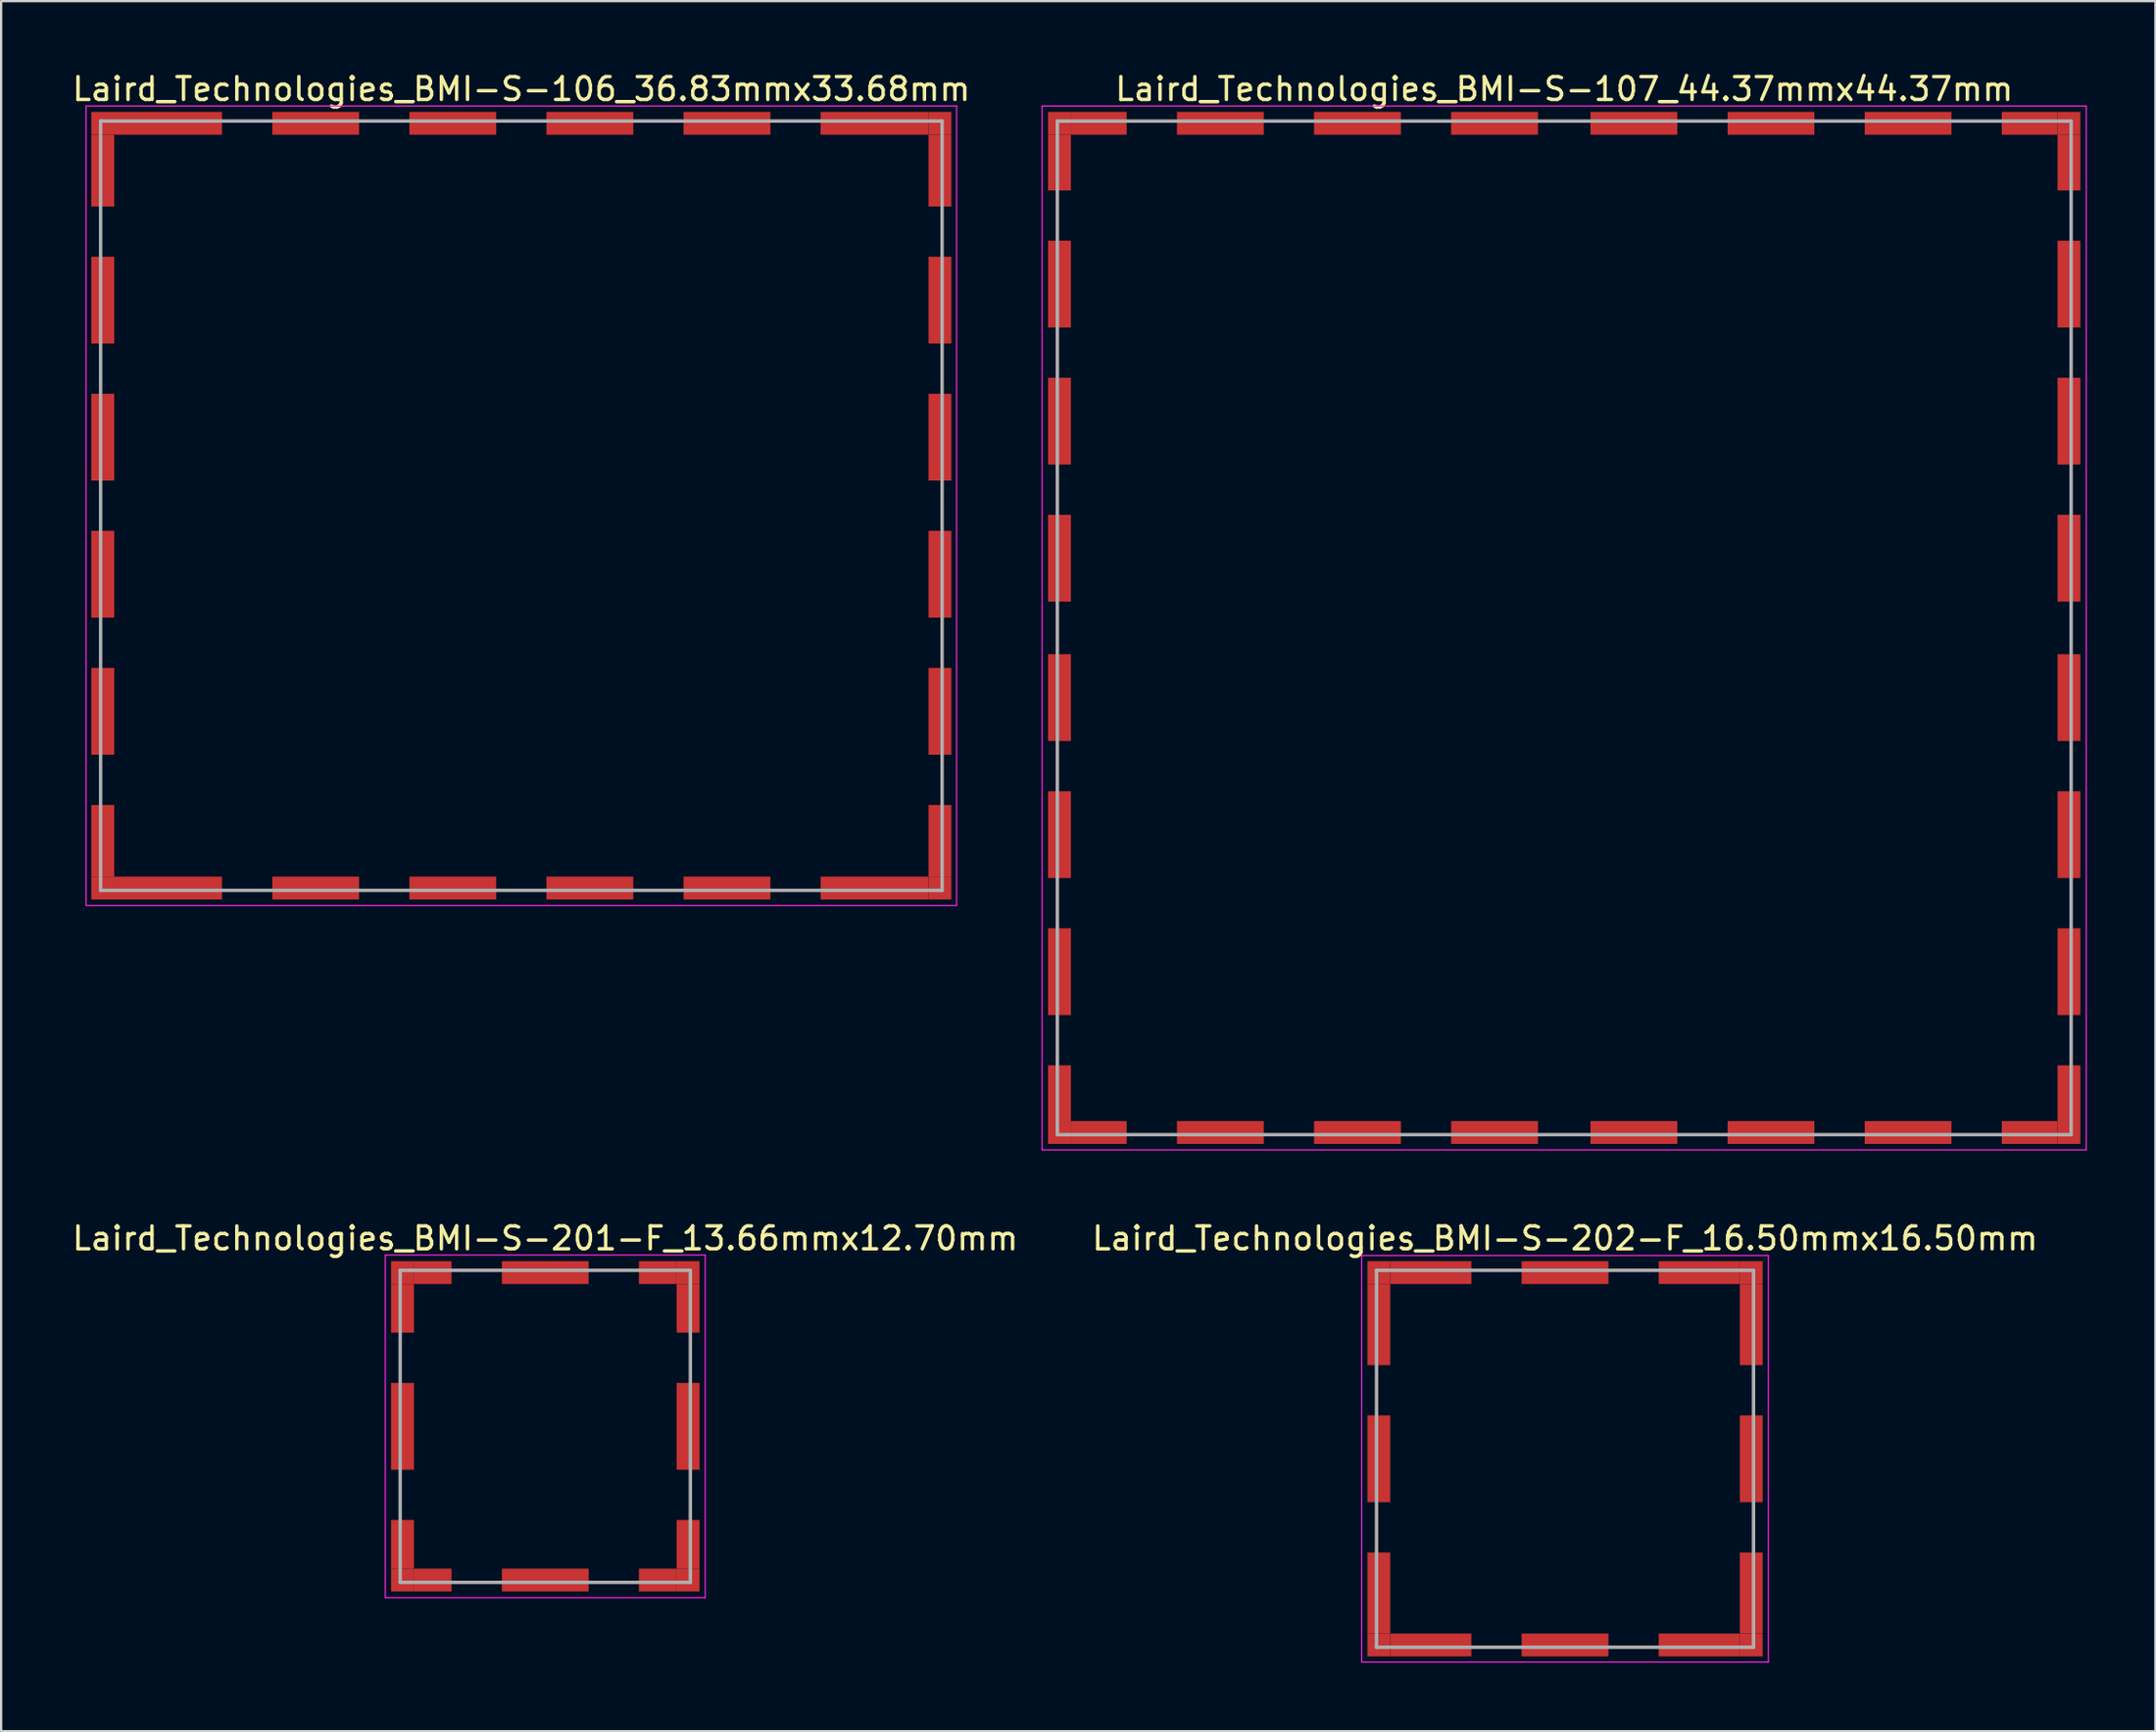
<source format=kicad_pcb>
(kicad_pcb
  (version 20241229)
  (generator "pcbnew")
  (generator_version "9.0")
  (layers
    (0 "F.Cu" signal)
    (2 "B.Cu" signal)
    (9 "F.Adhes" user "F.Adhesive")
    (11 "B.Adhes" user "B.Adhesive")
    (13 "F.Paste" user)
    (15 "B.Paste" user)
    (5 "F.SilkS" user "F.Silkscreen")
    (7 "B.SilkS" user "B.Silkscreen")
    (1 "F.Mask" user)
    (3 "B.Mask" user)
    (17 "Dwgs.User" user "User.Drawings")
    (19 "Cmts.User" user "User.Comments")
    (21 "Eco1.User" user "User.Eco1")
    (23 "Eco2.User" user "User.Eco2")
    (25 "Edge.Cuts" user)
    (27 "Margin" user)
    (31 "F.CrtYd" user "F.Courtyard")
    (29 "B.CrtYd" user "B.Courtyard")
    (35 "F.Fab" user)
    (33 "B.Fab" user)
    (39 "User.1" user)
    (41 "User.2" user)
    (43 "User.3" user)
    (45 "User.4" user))
  (footprint "Laird_Technologies_BMI-S-202-F_16.50mmx16.50mm"
    (layer "F.Cu")
    (at 65.446 60.812)
    (property "Reference" "Laird_Technologies_BMI-S-202-F_16.50mmx16.50mm" (at 0 -9.65 0) (layer "F.SilkS") (effects (font (size 1 1) (thickness 0.15))))
    (attr smd)
    (fp_line (start -8.9 -8.9) (end -8.9 8.9) (stroke (width 0.05) (type solid)) (layer "F.CrtYd"))
    (fp_line (start -8.9 8.9) (end 8.9 8.9) (stroke (width 0.05) (type solid)) (layer "F.CrtYd"))
    (fp_line (start 8.9 -8.9) (end -8.9 -8.9) (stroke (width 0.05) (type solid)) (layer "F.CrtYd"))
    (fp_line (start 8.9 8.9) (end 8.9 -8.9) (stroke (width 0.05) (type solid)) (layer "F.CrtYd"))
    (fp_line (start -8.25 -8.25) (end -8.25 8.25) (stroke (width 0.15) (type solid)) (layer "F.Fab"))
    (fp_line (start -8.25 8.25) (end 8.25 8.25) (stroke (width 0.15) (type solid)) (layer "F.Fab"))
    (fp_line (start 8.25 -8.25) (end -8.25 -8.25) (stroke (width 0.15) (type solid)) (layer "F.Fab"))
    (fp_line (start 8.25 8.25) (end 8.25 -8.25) (stroke (width 0.15) (type solid)) (layer "F.Fab"))
    (pad "1" smd rect (at -8.15 -8.15) (size 1 1) (layers "F.Cu" "F.Mask"))
    (pad "1" smd rect (at -8.15 -5.875) (size 1 3.55) (layers "F.Cu" "F.Mask"))
    (pad "1" smd rect (at -8.15 0) (size 1 3.8) (layers "F.Cu" "F.Mask"))
    (pad "1" smd rect (at -8.15 5.875) (size 1 3.55) (layers "F.Cu" "F.Mask"))
    (pad "1" smd rect (at -8.15 8.15) (size 1 1) (layers "F.Cu" "F.Mask"))
    (pad "1" smd rect (at -5.875 -8.15) (size 3.55 1) (layers "F.Cu" "F.Mask"))
    (pad "1" smd rect (at -5.875 8.15) (size 3.55 1) (layers "F.Cu" "F.Mask"))
    (pad "1" smd rect (at 0 -8.15) (size 3.8 1) (layers "F.Cu" "F.Mask"))
    (pad "1" smd rect (at 0 8.15) (size 3.8 1) (layers "F.Cu" "F.Mask"))
    (pad "1" smd rect (at 5.875 -8.15) (size 3.55 1) (layers "F.Cu" "F.Mask"))
    (pad "1" smd rect (at 5.875 8.15) (size 3.55 1) (layers "F.Cu" "F.Mask"))
    (pad "1" smd rect (at 8.15 -8.15) (size 1 1) (layers "F.Cu" "F.Mask"))
    (pad "1" smd rect (at 8.15 -5.875) (size 1 3.55) (layers "F.Cu" "F.Mask"))
    (pad "1" smd rect (at 8.15 0) (size 1 3.8) (layers "F.Cu" "F.Mask"))
    (pad "1" smd rect (at 8.15 5.875) (size 1 3.55) (layers "F.Cu" "F.Mask"))
    (pad "1" smd rect (at 8.15 8.15) (size 1 1) (layers "F.Cu" "F.Mask")))
  (footprint "Laird_Technologies_BMI-S-106_36.83mmx33.68mm"
    (layer "F.Cu")
    (at 19.768 19.088)
    (property "Reference" "Laird_Technologies_BMI-S-106_36.83mmx33.68mm" (at 0 -18.24 0) (layer "F.SilkS") (effects (font (size 1 1) (thickness 0.15))))
    (attr smd)
    (fp_line (start -19.05 -17.5) (end -19.05 17.5) (stroke (width 0.05) (type solid)) (layer "F.CrtYd"))
    (fp_line (start -19.05 17.5) (end 19.05 17.5) (stroke (width 0.05) (type solid)) (layer "F.CrtYd"))
    (fp_line (start 19.05 -17.5) (end -19.05 -17.5) (stroke (width 0.05) (type solid)) (layer "F.CrtYd"))
    (fp_line (start 19.05 17.5) (end 19.05 -17.5) (stroke (width 0.05) (type solid)) (layer "F.CrtYd"))
    (fp_line (start -18.415 -16.84) (end -18.415 16.84) (stroke (width 0.15) (type solid)) (layer "F.Fab"))
    (fp_line (start -18.415 16.84) (end 18.415 16.84) (stroke (width 0.15) (type solid)) (layer "F.Fab"))
    (fp_line (start 18.415 -16.84) (end -18.415 -16.84) (stroke (width 0.15) (type solid)) (layer "F.Fab"))
    (fp_line (start 18.415 16.84) (end 18.415 -16.84) (stroke (width 0.15) (type solid)) (layer "F.Fab"))
    (pad "1" smd rect (at -18.32 -16.74) (size 1 1) (layers "F.Cu" "F.Mask"))
    (pad "1" smd rect (at -18.32 -14.67) (size 1 3.14) (layers "F.Cu" "F.Mask"))
    (pad "1" smd rect (at -18.32 -9) (size 1 3.8) (layers "F.Cu" "F.Mask"))
    (pad "1" smd rect (at -18.32 -3) (size 1 3.8) (layers "F.Cu" "F.Mask"))
    (pad "1" smd rect (at -18.32 3) (size 1 3.8) (layers "F.Cu" "F.Mask"))
    (pad "1" smd rect (at -18.32 9) (size 1 3.8) (layers "F.Cu" "F.Mask"))
    (pad "1" smd rect (at -18.32 14.67) (size 1 3.14) (layers "F.Cu" "F.Mask"))
    (pad "1" smd rect (at -18.32 16.74) (size 1 1) (layers "F.Cu" "F.Mask"))
    (pad "1" smd rect (at -15.46 -16.74) (size 4.72 1) (layers "F.Cu" "F.Mask"))
    (pad "1" smd rect (at -15.46 16.74) (size 4.72 1) (layers "F.Cu" "F.Mask"))
    (pad "1" smd rect (at -9 -16.74) (size 3.8 1) (layers "F.Cu" "F.Mask"))
    (pad "1" smd rect (at -9 16.74) (size 3.8 1) (layers "F.Cu" "F.Mask"))
    (pad "1" smd rect (at -3 -16.74) (size 3.8 1) (layers "F.Cu" "F.Mask"))
    (pad "1" smd rect (at -3 16.74) (size 3.8 1) (layers "F.Cu" "F.Mask"))
    (pad "1" smd rect (at 3 -16.74) (size 3.8 1) (layers "F.Cu" "F.Mask"))
    (pad "1" smd rect (at 3 16.74) (size 3.8 1) (layers "F.Cu" "F.Mask"))
    (pad "1" smd rect (at 9 -16.74) (size 3.8 1) (layers "F.Cu" "F.Mask"))
    (pad "1" smd rect (at 9 16.74) (size 3.8 1) (layers "F.Cu" "F.Mask"))
    (pad "1" smd rect (at 15.46 -16.74) (size 4.72 1) (layers "F.Cu" "F.Mask"))
    (pad "1" smd rect (at 15.46 16.74) (size 4.72 1) (layers "F.Cu" "F.Mask"))
    (pad "1" smd rect (at 18.32 -16.74) (size 1 1) (layers "F.Cu" "F.Mask"))
    (pad "1" smd rect (at 18.32 -14.67) (size 1 3.14) (layers "F.Cu" "F.Mask"))
    (pad "1" smd rect (at 18.32 -9) (size 1 3.8) (layers "F.Cu" "F.Mask"))
    (pad "1" smd rect (at 18.32 -3) (size 1 3.8) (layers "F.Cu" "F.Mask"))
    (pad "1" smd rect (at 18.32 3) (size 1 3.8) (layers "F.Cu" "F.Mask"))
    (pad "1" smd rect (at 18.32 9) (size 1 3.8) (layers "F.Cu" "F.Mask"))
    (pad "1" smd rect (at 18.32 14.67) (size 1 3.14) (layers "F.Cu" "F.Mask"))
    (pad "1" smd rect (at 18.32 16.74) (size 1 1) (layers "F.Cu" "F.Mask")))
  (footprint "Laird_Technologies_BMI-S-107_44.37mmx44.37mm"
    (layer "F.Cu")
    (at 65.411 24.438)
    (property "Reference" "Laird_Technologies_BMI-S-107_44.37mmx44.37mm" (at 0 -23.59 0) (layer "F.SilkS") (effects (font (size 1 1) (thickness 0.15))))
    (attr smd)
    (fp_line (start -22.85 -22.85) (end -22.85 22.85) (stroke (width 0.05) (type solid)) (layer "F.CrtYd"))
    (fp_line (start -22.85 22.85) (end 22.85 22.85) (stroke (width 0.05) (type solid)) (layer "F.CrtYd"))
    (fp_line (start 22.85 -22.85) (end -22.85 -22.85) (stroke (width 0.05) (type solid)) (layer "F.CrtYd"))
    (fp_line (start 22.85 22.85) (end 22.85 -22.85) (stroke (width 0.05) (type solid)) (layer "F.CrtYd"))
    (fp_line (start -22.185 -22.185) (end -22.185 22.185) (stroke (width 0.15) (type solid)) (layer "F.Fab"))
    (fp_line (start -22.185 22.185) (end 22.185 22.185) (stroke (width 0.15) (type solid)) (layer "F.Fab"))
    (fp_line (start 22.185 -22.185) (end -22.185 -22.185) (stroke (width 0.15) (type solid)) (layer "F.Fab"))
    (fp_line (start 22.185 22.185) (end 22.185 -22.185) (stroke (width 0.15) (type solid)) (layer "F.Fab"))
    (pad "1" smd rect (at -22.09 -22.09) (size 1 1) (layers "F.Cu" "F.Mask"))
    (pad "1" smd rect (at -22.09 -20.37) (size 1 2.44) (layers "F.Cu" "F.Mask"))
    (pad "1" smd rect (at -22.09 -15.05) (size 1 3.8) (layers "F.Cu" "F.Mask"))
    (pad "1" smd rect (at -22.09 -9.05) (size 1 3.8) (layers "F.Cu" "F.Mask"))
    (pad "1" smd rect (at -22.09 -3.05) (size 1 3.8) (layers "F.Cu" "F.Mask"))
    (pad "1" smd rect (at -22.09 3.05) (size 1 3.8) (layers "F.Cu" "F.Mask"))
    (pad "1" smd rect (at -22.09 9.05) (size 1 3.8) (layers "F.Cu" "F.Mask"))
    (pad "1" smd rect (at -22.09 15.05) (size 1 3.8) (layers "F.Cu" "F.Mask"))
    (pad "1" smd rect (at -22.09 20.37) (size 1 2.44) (layers "F.Cu" "F.Mask"))
    (pad "1" smd rect (at -22.09 22.09) (size 1 1) (layers "F.Cu" "F.Mask"))
    (pad "1" smd rect (at -20.37 -22.09) (size 2.44 1) (layers "F.Cu" "F.Mask"))
    (pad "1" smd rect (at -20.37 22.09) (size 2.44 1) (layers "F.Cu" "F.Mask"))
    (pad "1" smd rect (at -15.05 -22.09) (size 3.8 1) (layers "F.Cu" "F.Mask"))
    (pad "1" smd rect (at -15.05 22.09) (size 3.8 1) (layers "F.Cu" "F.Mask"))
    (pad "1" smd rect (at -9.05 -22.09) (size 3.8 1) (layers "F.Cu" "F.Mask"))
    (pad "1" smd rect (at -9.05 22.09) (size 3.8 1) (layers "F.Cu" "F.Mask"))
    (pad "1" smd rect (at -3.05 -22.09) (size 3.8 1) (layers "F.Cu" "F.Mask"))
    (pad "1" smd rect (at -3.05 22.09) (size 3.8 1) (layers "F.Cu" "F.Mask"))
    (pad "1" smd rect (at 3.05 -22.09) (size 3.8 1) (layers "F.Cu" "F.Mask"))
    (pad "1" smd rect (at 3.05 22.09) (size 3.8 1) (layers "F.Cu" "F.Mask"))
    (pad "1" smd rect (at 9.05 -22.09) (size 3.8 1) (layers "F.Cu" "F.Mask"))
    (pad "1" smd rect (at 9.05 22.09) (size 3.8 1) (layers "F.Cu" "F.Mask"))
    (pad "1" smd rect (at 15.05 -22.09) (size 3.8 1) (layers "F.Cu" "F.Mask"))
    (pad "1" smd rect (at 15.05 22.09) (size 3.8 1) (layers "F.Cu" "F.Mask"))
    (pad "1" smd rect (at 20.37 -22.09) (size 2.44 1) (layers "F.Cu" "F.Mask"))
    (pad "1" smd rect (at 20.37 22.09) (size 2.44 1) (layers "F.Cu" "F.Mask"))
    (pad "1" smd rect (at 22.09 -22.09) (size 1 1) (layers "F.Cu" "F.Mask"))
    (pad "1" smd rect (at 22.09 -20.37) (size 1 2.44) (layers "F.Cu" "F.Mask"))
    (pad "1" smd rect (at 22.09 -15.05) (size 1 3.8) (layers "F.Cu" "F.Mask"))
    (pad "1" smd rect (at 22.09 -9.05) (size 1 3.8) (layers "F.Cu" "F.Mask"))
    (pad "1" smd rect (at 22.09 -3.05) (size 1 3.8) (layers "F.Cu" "F.Mask"))
    (pad "1" smd rect (at 22.09 3.05) (size 1 3.8) (layers "F.Cu" "F.Mask"))
    (pad "1" smd rect (at 22.09 9.05) (size 1 3.8) (layers "F.Cu" "F.Mask"))
    (pad "1" smd rect (at 22.09 15.05) (size 1 3.8) (layers "F.Cu" "F.Mask"))
    (pad "1" smd rect (at 22.09 20.37) (size 1 2.44) (layers "F.Cu" "F.Mask"))
    (pad "1" smd rect (at 22.09 22.09) (size 1 1) (layers "F.Cu" "F.Mask")))
  (footprint "Laird_Technologies_BMI-S-201-F_13.66mmx12.70mm"
    (layer "F.Cu")
    (at 20.815 59.392)
    (property "Reference" "Laird_Technologies_BMI-S-201-F_13.66mmx12.70mm" (at 0 -8.23 0) (layer "F.SilkS") (effects (font (size 1 1) (thickness 0.15))))
    (attr smd)
    (fp_line (start -7 -7.5) (end -7 7.5) (stroke (width 0.05) (type solid)) (layer "F.CrtYd"))
    (fp_line (start -7 7.5) (end 7 7.5) (stroke (width 0.05) (type solid)) (layer "F.CrtYd"))
    (fp_line (start 7 -7.5) (end -7 -7.5) (stroke (width 0.05) (type solid)) (layer "F.CrtYd"))
    (fp_line (start 7 7.5) (end 7 -7.5) (stroke (width 0.05) (type solid)) (layer "F.CrtYd"))
    (fp_line (start -6.35 -6.83) (end -6.35 6.83) (stroke (width 0.15) (type solid)) (layer "F.Fab"))
    (fp_line (start -6.35 6.83) (end 6.35 6.83) (stroke (width 0.15) (type solid)) (layer "F.Fab"))
    (fp_line (start 6.35 -6.83) (end -6.35 -6.83) (stroke (width 0.15) (type solid)) (layer "F.Fab"))
    (fp_line (start 6.35 6.83) (end 6.35 -6.83) (stroke (width 0.15) (type solid)) (layer "F.Fab"))
    (pad "1" smd rect (at -6.25 -6.73) (size 1 1) (layers "F.Cu" "F.Mask"))
    (pad "1" smd rect (at -6.25 -5.165) (size 1 2.13) (layers "F.Cu" "F.Mask"))
    (pad "1" smd rect (at -6.25 0) (size 1 3.8) (layers "F.Cu" "F.Mask"))
    (pad "1" smd rect (at -6.25 5.165) (size 1 2.13) (layers "F.Cu" "F.Mask"))
    (pad "1" smd rect (at -6.25 6.73) (size 1 1) (layers "F.Cu" "F.Mask"))
    (pad "1" smd rect (at -4.925 -6.73) (size 1.65 1) (layers "F.Cu" "F.Mask"))
    (pad "1" smd rect (at -4.925 6.73) (size 1.65 1) (layers "F.Cu" "F.Mask"))
    (pad "1" smd rect (at 0 -6.73) (size 3.8 1) (layers "F.Cu" "F.Mask"))
    (pad "1" smd rect (at 0 6.73) (size 3.8 1) (layers "F.Cu" "F.Mask"))
    (pad "1" smd rect (at 4.925 -6.73) (size 1.65 1) (layers "F.Cu" "F.Mask"))
    (pad "1" smd rect (at 4.925 6.73) (size 1.65 1) (layers "F.Cu" "F.Mask"))
    (pad "1" smd rect (at 6.25 -6.73) (size 1 1) (layers "F.Cu" "F.Mask"))
    (pad "1" smd rect (at 6.25 -5.165) (size 1 2.13) (layers "F.Cu" "F.Mask"))
    (pad "1" smd rect (at 6.25 0) (size 1 3.8) (layers "F.Cu" "F.Mask"))
    (pad "1" smd rect (at 6.25 5.165) (size 1 2.13) (layers "F.Cu" "F.Mask"))
    (pad "1" smd rect (at 6.25 6.73) (size 1 1) (layers "F.Cu" "F.Mask")))
  (gr_rect
    (start -3 -3)
    (end 91.286 72.737)
    (stroke (width 0.1) (type default))
    (fill no)
    (layer "Edge.Cuts")))
</source>
